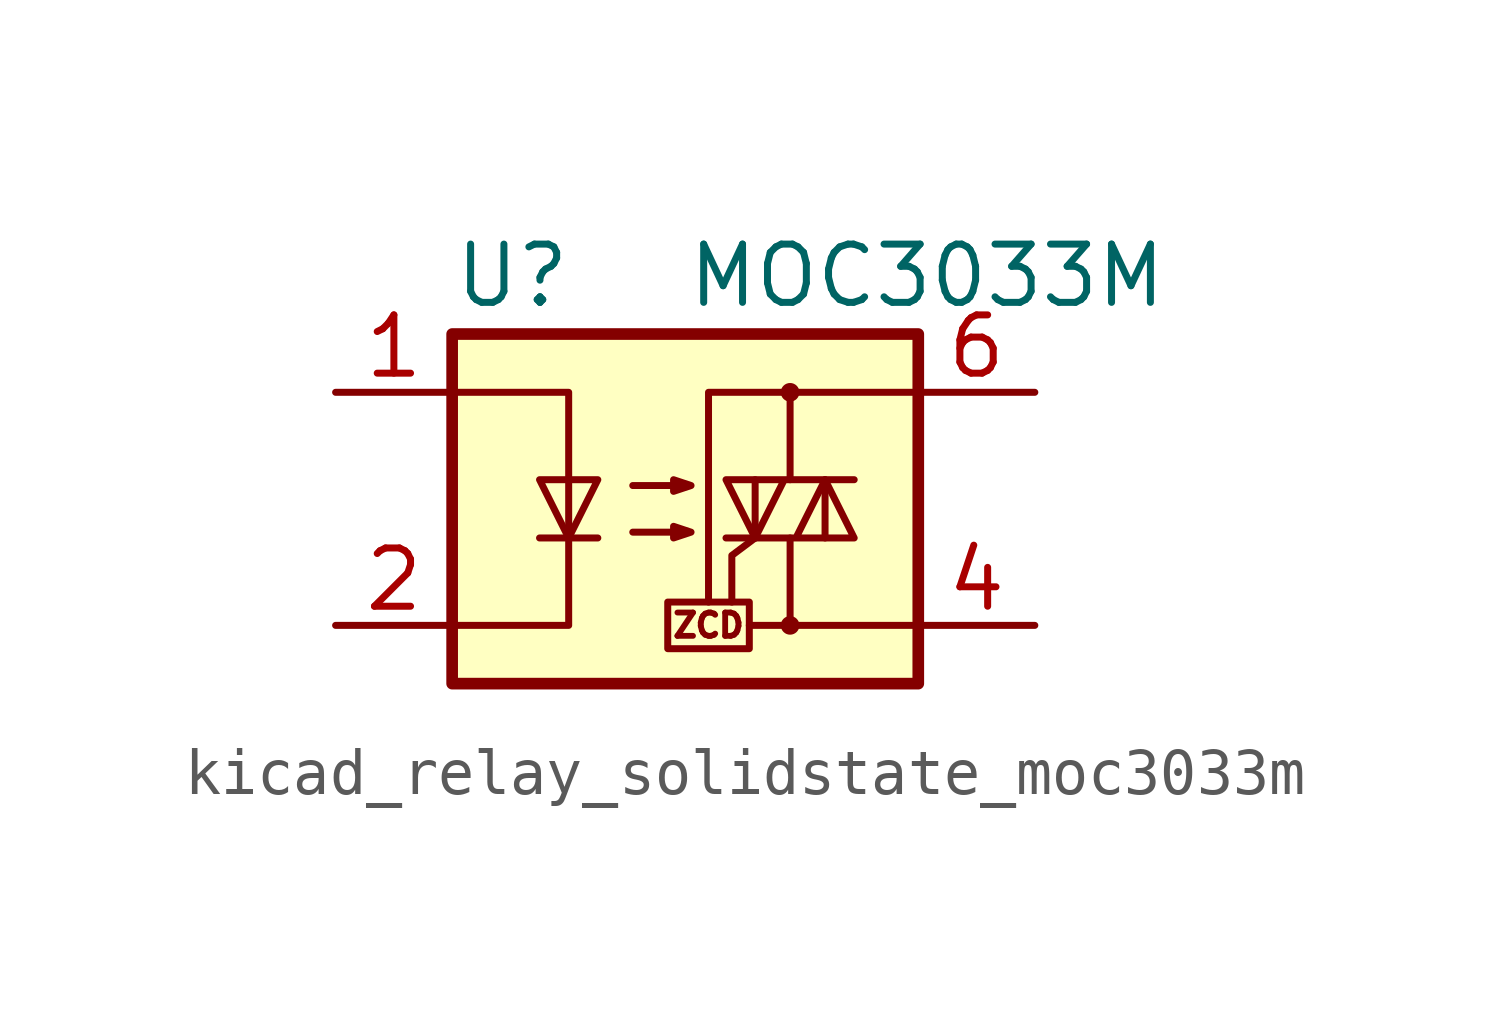
<source format=kicad_sym>
(kicad_symbol_lib
  (version 20220914)
  (generator kicad_symbol_editor)
  (symbol "kicad_relay_solidstate_moc3033m"
    (property "Reference" "U"
      (at -5.08 5.08 0)
      (effects (font (size 1.27 1.27)) (justify left)))
    (property "Value" "MOC3033M"
      (at 0 5.08 0)
      (effects (font (size 1.27 1.27)) (justify left)))
    (symbol "kicad_relay_solidstate_moc3033m_0_0"
      (rectangle (start -0.381 -2.032) (end 1.397 -3.048) (stroke (width 0) (type default)) (fill (type none)))
      (polyline (pts (xy 2.286 -2.54) (xy 1.397 -2.54)) (stroke (width 0) (type default)) (fill (type none)))
      (polyline (pts (xy 1.524 -0.635) (xy 1.016 -1.016) (xy 1.016 -2.032)) (stroke (width 0) (type default)) (fill (type none)))
      (text "ZCD" (at 0.508 -2.54 0) (effects (font (size 0.508 0.508)))))
    (symbol "kicad_relay_solidstate_moc3033m_0_1"
      (rectangle (start -5.08 3.81) (end 5.08 -3.81) (stroke (width 0.254) (type default)) (fill (type background)))
      (polyline (pts (xy -3.175 -0.635) (xy -1.905 -0.635)) (stroke (width 0) (type default)) (fill (type none)))
      (polyline (pts (xy 1.524 -0.635) (xy 1.524 0.635)) (stroke (width 0) (type default)) (fill (type none)))
      (polyline (pts (xy 3.048 0.635) (xy 3.048 -0.635)) (stroke (width 0) (type default)) (fill (type none)))
      (polyline (pts (xy 2.286 -0.635) (xy 2.286 -2.54) (xy 5.08 -2.54)) (stroke (width 0) (type default)) (fill (type none)))
      (polyline (pts (xy 2.286 0.635) (xy 2.286 2.54) (xy 5.08 2.54)) (stroke (width 0) (type default)) (fill (type none)))
      (polyline (pts (xy 2.286 2.54) (xy 0.508 2.54) (xy 0.508 -2.032)) (stroke (width 0) (type default)) (fill (type none)))
      (polyline (pts (xy -5.08 2.54) (xy -2.54 2.54) (xy -2.54 -2.54) (xy -5.08 -2.54)) (stroke (width 0) (type default)) (fill (type none)))
      (polyline (pts (xy -2.54 -0.635) (xy -3.175 0.635) (xy -1.905 0.635) (xy -2.54 -0.635)) (stroke (width 0) (type default)) (fill (type none)))
      (polyline (pts (xy 0.889 -0.635) (xy 3.683 -0.635) (xy 3.048 0.635) (xy 2.413 -0.635)) (stroke (width 0) (type default)) (fill (type none)))
      (polyline (pts (xy 3.683 0.635) (xy 0.889 0.635) (xy 1.524 -0.635) (xy 2.159 0.635)) (stroke (width 0) (type default)) (fill (type none)))
      (polyline (pts (xy -1.143 -0.508) (xy 0.127 -0.508) (xy -0.254 -0.635) (xy -0.254 -0.381) (xy 0.127 -0.508)) (stroke (width 0) (type default)) (fill (type none)))
      (polyline (pts (xy -1.143 0.508) (xy 0.127 0.508) (xy -0.254 0.381) (xy -0.254 0.635) (xy 0.127 0.508)) (stroke (width 0) (type default)) (fill (type none)))
      (circle (center 2.286 -2.54) (radius 0.127) (stroke (width 0) (type default)) (fill (type none)))
      (circle (center 2.286 2.54) (radius 0.127) (stroke (width 0) (type default)) (fill (type none))))
    (symbol "kicad_relay_solidstate_moc3033m_1_1"
      (pin passive line (at -7.62 2.54 0) (length 2.54) (name "~" (effects (font (size 1.27 1.27)))) (number "1" (effects (font (size 1.27 1.27)))))
      (pin passive line (at -7.62 -2.54 0) (length 2.54) (name "~" (effects (font (size 1.27 1.27)))) (number "2" (effects (font (size 1.27 1.27)))))
      (pin no_connect line (at -5.08 0 0) (length 2.54) hide (name "NC" (effects (font (size 1.27 1.27)))) (number "3" (effects (font (size 1.27 1.27)))))
      (pin passive line (at 7.62 -2.54 180) (length 2.54) (name "~" (effects (font (size 1.27 1.27)))) (number "4" (effects (font (size 1.27 1.27)))))
      (pin no_connect line (at 5.08 0 180) (length 2.54) hide (name "NC" (effects (font (size 1.27 1.27)))) (number "5" (effects (font (size 1.27 1.27)))))
      (pin passive line (at 7.62 2.54 180) (length 2.54) (name "~" (effects (font (size 1.27 1.27)))) (number "6" (effects (font (size 1.27 1.27))))))))
</source>
